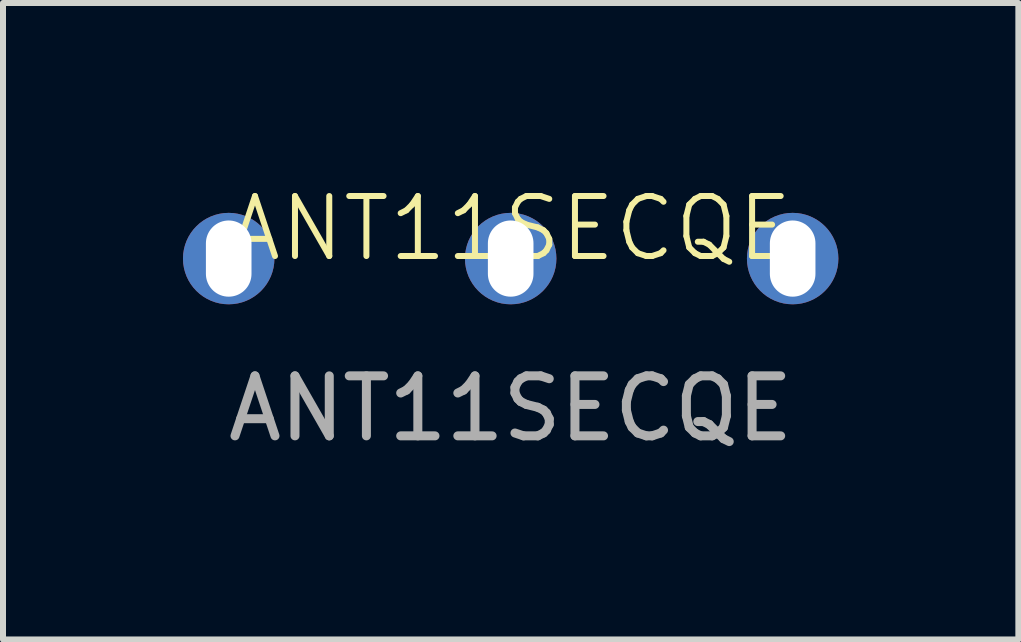
<source format=kicad_pcb>
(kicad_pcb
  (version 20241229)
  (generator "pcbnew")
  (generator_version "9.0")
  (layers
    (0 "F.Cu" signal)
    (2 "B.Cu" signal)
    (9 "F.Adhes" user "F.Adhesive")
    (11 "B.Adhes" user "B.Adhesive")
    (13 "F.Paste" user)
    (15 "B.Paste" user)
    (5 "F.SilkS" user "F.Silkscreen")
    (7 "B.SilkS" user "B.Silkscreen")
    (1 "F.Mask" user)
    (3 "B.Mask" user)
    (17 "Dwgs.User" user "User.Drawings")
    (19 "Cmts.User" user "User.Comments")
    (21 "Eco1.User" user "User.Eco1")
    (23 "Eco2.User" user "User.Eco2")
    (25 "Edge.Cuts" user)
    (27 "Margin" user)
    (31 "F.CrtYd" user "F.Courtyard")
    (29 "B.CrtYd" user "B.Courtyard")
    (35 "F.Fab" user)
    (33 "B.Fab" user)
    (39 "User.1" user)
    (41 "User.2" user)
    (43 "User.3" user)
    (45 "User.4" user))
  (footprint "ANT11SECQE"
    (layer "F.Cu")
    (at 5.462 1.26)
    (property "Reference" "ANT11SECQE" (at 0 -0.5 0) (unlocked yes) (layer "F.SilkS") (effects (font (size 1 1) (thickness 0.1))))
    (attr through_hole)
    (fp_text user "${REFERENCE}" (at 0 2.5 0) (unlocked yes) (layer "F.Fab") (effects (font (size 1 1) (thickness 0.15))))
    (pad "1" thru_hole circle (at -4.7 0) (size 1.524 1.524) (drill oval 0.76 1.27) (layers "*.Cu" "*.Mask"))
    (pad "2" thru_hole circle (at 0 0) (size 1.524 1.524) (drill oval 0.76 1.27) (layers "*.Cu" "*.Mask"))
    (pad "3" thru_hole circle (at 4.7 0) (size 1.524 1.524) (drill oval 0.76 1.27) (layers "*.Cu" "*.Mask")))
  (gr_rect
    (start -3 -3)
    (end 13.924 7.609)
    (stroke (width 0.1) (type default))
    (fill no)
    (layer "Edge.Cuts")))
</source>
